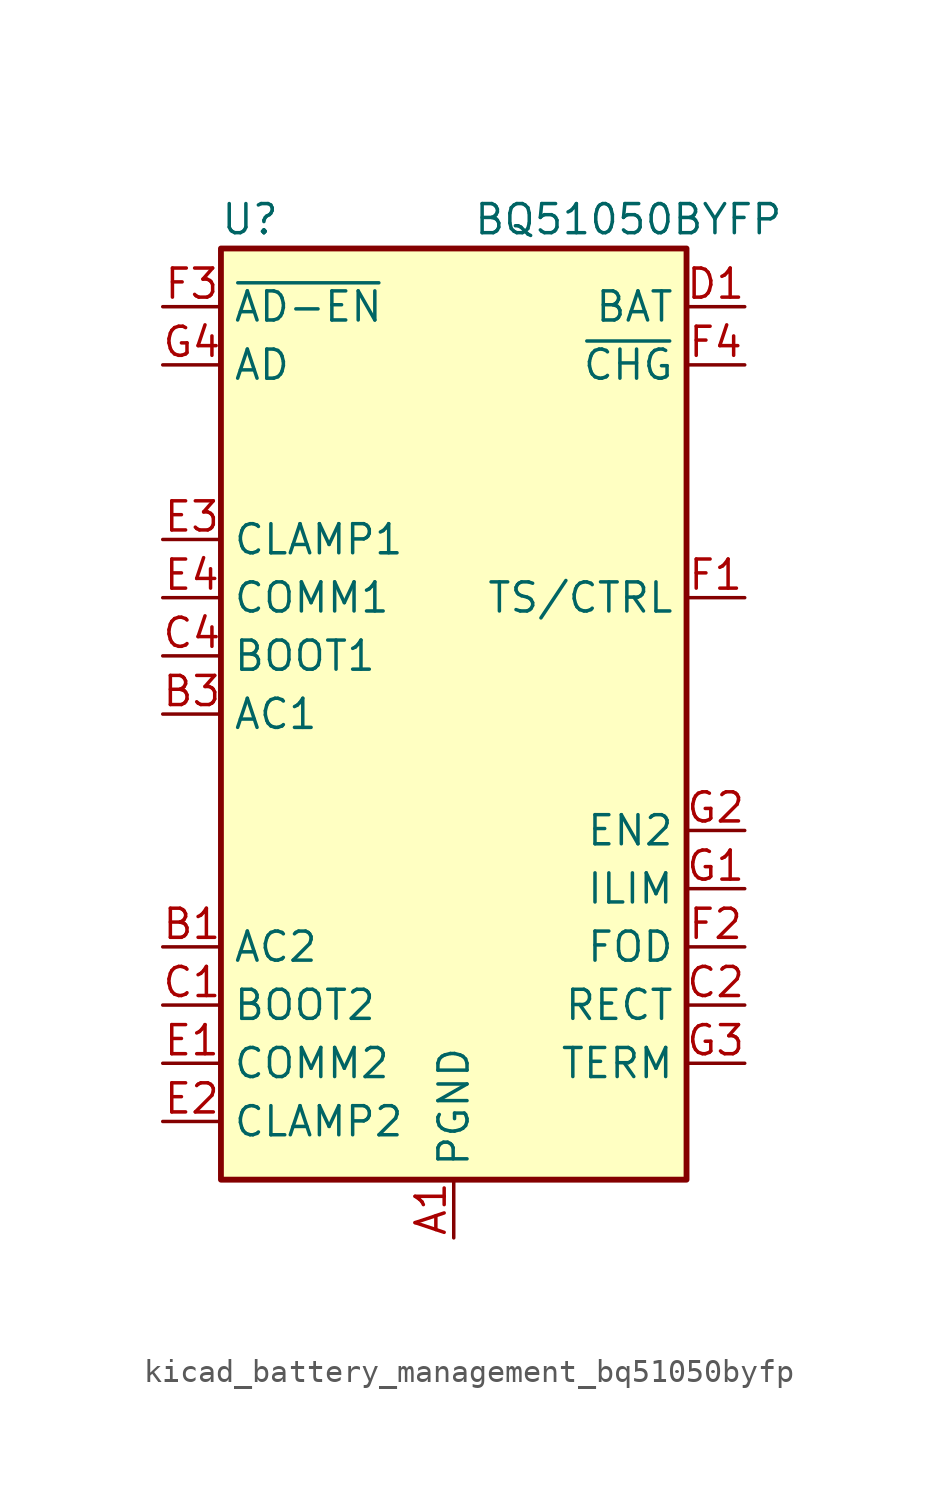
<source format=kicad_sym>
(kicad_symbol_lib
  (version 20220914)
  (generator kicad_symbol_editor)
  (symbol "kicad_battery_management_bq51050byfp"
    (property "Reference" "U"
      (at -8.89 21.59 0)
      (effects (font (size 1.27 1.27))))
    (property "Value" "BQ51050BYFP"
      (at 7.62 21.59 0)
      (effects (font (size 1.27 1.27))))
    (symbol "kicad_battery_management_bq51050byfp_0_1"
      (rectangle (start -10.16 -20.32) (end 10.16 20.32) (stroke (width 0.254) (type default)) (fill (type background))))
    (symbol "kicad_battery_management_bq51050byfp_1_1"
      (pin power_in line (at 0 -22.86 90) (length 2.54) (name "PGND" (effects (font (size 1.27 1.27)))) (number "A1" (effects (font (size 1.27 1.27)))))
      (pin passive line (at 0 -22.86 90) (length 2.54) hide (name "PGND" (effects (font (size 1.27 1.27)))) (number "A2" (effects (font (size 1.27 1.27)))))
      (pin passive line (at 0 -22.86 90) (length 2.54) hide (name "PGND" (effects (font (size 1.27 1.27)))) (number "A3" (effects (font (size 1.27 1.27)))))
      (pin passive line (at 0 -22.86 90) (length 2.54) hide (name "PGND" (effects (font (size 1.27 1.27)))) (number "A4" (effects (font (size 1.27 1.27)))))
      (pin input line (at -12.7 -10.16 0) (length 2.54) (name "AC2" (effects (font (size 1.27 1.27)))) (number "B1" (effects (font (size 1.27 1.27)))))
      (pin input line (at -12.7 -10.16 0) (length 2.54) hide (name "AC2" (effects (font (size 1.27 1.27)))) (number "B2" (effects (font (size 1.27 1.27)))))
      (pin input line (at -12.7 0 0) (length 2.54) (name "AC1" (effects (font (size 1.27 1.27)))) (number "B3" (effects (font (size 1.27 1.27)))))
      (pin input line (at -12.7 0 0) (length 2.54) hide (name "AC1" (effects (font (size 1.27 1.27)))) (number "B4" (effects (font (size 1.27 1.27)))))
      (pin passive line (at -12.7 -12.7 0) (length 2.54) (name "BOOT2" (effects (font (size 1.27 1.27)))) (number "C1" (effects (font (size 1.27 1.27)))))
      (pin passive line (at 12.7 -12.7 180) (length 2.54) (name "RECT" (effects (font (size 1.27 1.27)))) (number "C2" (effects (font (size 1.27 1.27)))))
      (pin passive line (at 12.7 -12.7 180) (length 2.54) hide (name "RECT" (effects (font (size 1.27 1.27)))) (number "C3" (effects (font (size 1.27 1.27)))))
      (pin passive line (at -12.7 2.54 0) (length 2.54) (name "BOOT1" (effects (font (size 1.27 1.27)))) (number "C4" (effects (font (size 1.27 1.27)))))
      (pin power_out line (at 12.7 17.78 180) (length 2.54) (name "BAT" (effects (font (size 1.27 1.27)))) (number "D1" (effects (font (size 1.27 1.27)))))
      (pin passive line (at 12.7 17.78 180) (length 2.54) hide (name "BAT" (effects (font (size 1.27 1.27)))) (number "D2" (effects (font (size 1.27 1.27)))))
      (pin passive line (at 12.7 17.78 180) (length 2.54) hide (name "BAT" (effects (font (size 1.27 1.27)))) (number "D3" (effects (font (size 1.27 1.27)))))
      (pin passive line (at 12.7 17.78 180) (length 2.54) hide (name "BAT" (effects (font (size 1.27 1.27)))) (number "D4" (effects (font (size 1.27 1.27)))))
      (pin open_collector line (at -12.7 -15.24 0) (length 2.54) (name "COMM2" (effects (font (size 1.27 1.27)))) (number "E1" (effects (font (size 1.27 1.27)))))
      (pin open_collector line (at -12.7 -17.78 0) (length 2.54) (name "CLAMP2" (effects (font (size 1.27 1.27)))) (number "E2" (effects (font (size 1.27 1.27)))))
      (pin open_collector line (at -12.7 7.62 0) (length 2.54) (name "CLAMP1" (effects (font (size 1.27 1.27)))) (number "E3" (effects (font (size 1.27 1.27)))))
      (pin open_collector line (at -12.7 5.08 0) (length 2.54) (name "COMM1" (effects (font (size 1.27 1.27)))) (number "E4" (effects (font (size 1.27 1.27)))))
      (pin input line (at 12.7 5.08 180) (length 2.54) (name "TS/CTRL" (effects (font (size 1.27 1.27)))) (number "F1" (effects (font (size 1.27 1.27)))))
      (pin input line (at 12.7 -10.16 180) (length 2.54) (name "FOD" (effects (font (size 1.27 1.27)))) (number "F2" (effects (font (size 1.27 1.27)))))
      (pin output line (at -12.7 17.78 0) (length 2.54) (name "~{AD-EN}" (effects (font (size 1.27 1.27)))) (number "F3" (effects (font (size 1.27 1.27)))))
      (pin open_collector line (at 12.7 15.24 180) (length 2.54) (name "~{CHG}" (effects (font (size 1.27 1.27)))) (number "F4" (effects (font (size 1.27 1.27)))))
      (pin passive line (at 12.7 -7.62 180) (length 2.54) (name "ILIM" (effects (font (size 1.27 1.27)))) (number "G1" (effects (font (size 1.27 1.27)))))
      (pin input line (at 12.7 -5.08 180) (length 2.54) (name "EN2" (effects (font (size 1.27 1.27)))) (number "G2" (effects (font (size 1.27 1.27)))))
      (pin input line (at 12.7 -15.24 180) (length 2.54) (name "TERM" (effects (font (size 1.27 1.27)))) (number "G3" (effects (font (size 1.27 1.27)))))
      (pin input line (at -12.7 15.24 0) (length 2.54) (name "AD" (effects (font (size 1.27 1.27)))) (number "G4" (effects (font (size 1.27 1.27))))))))
</source>
